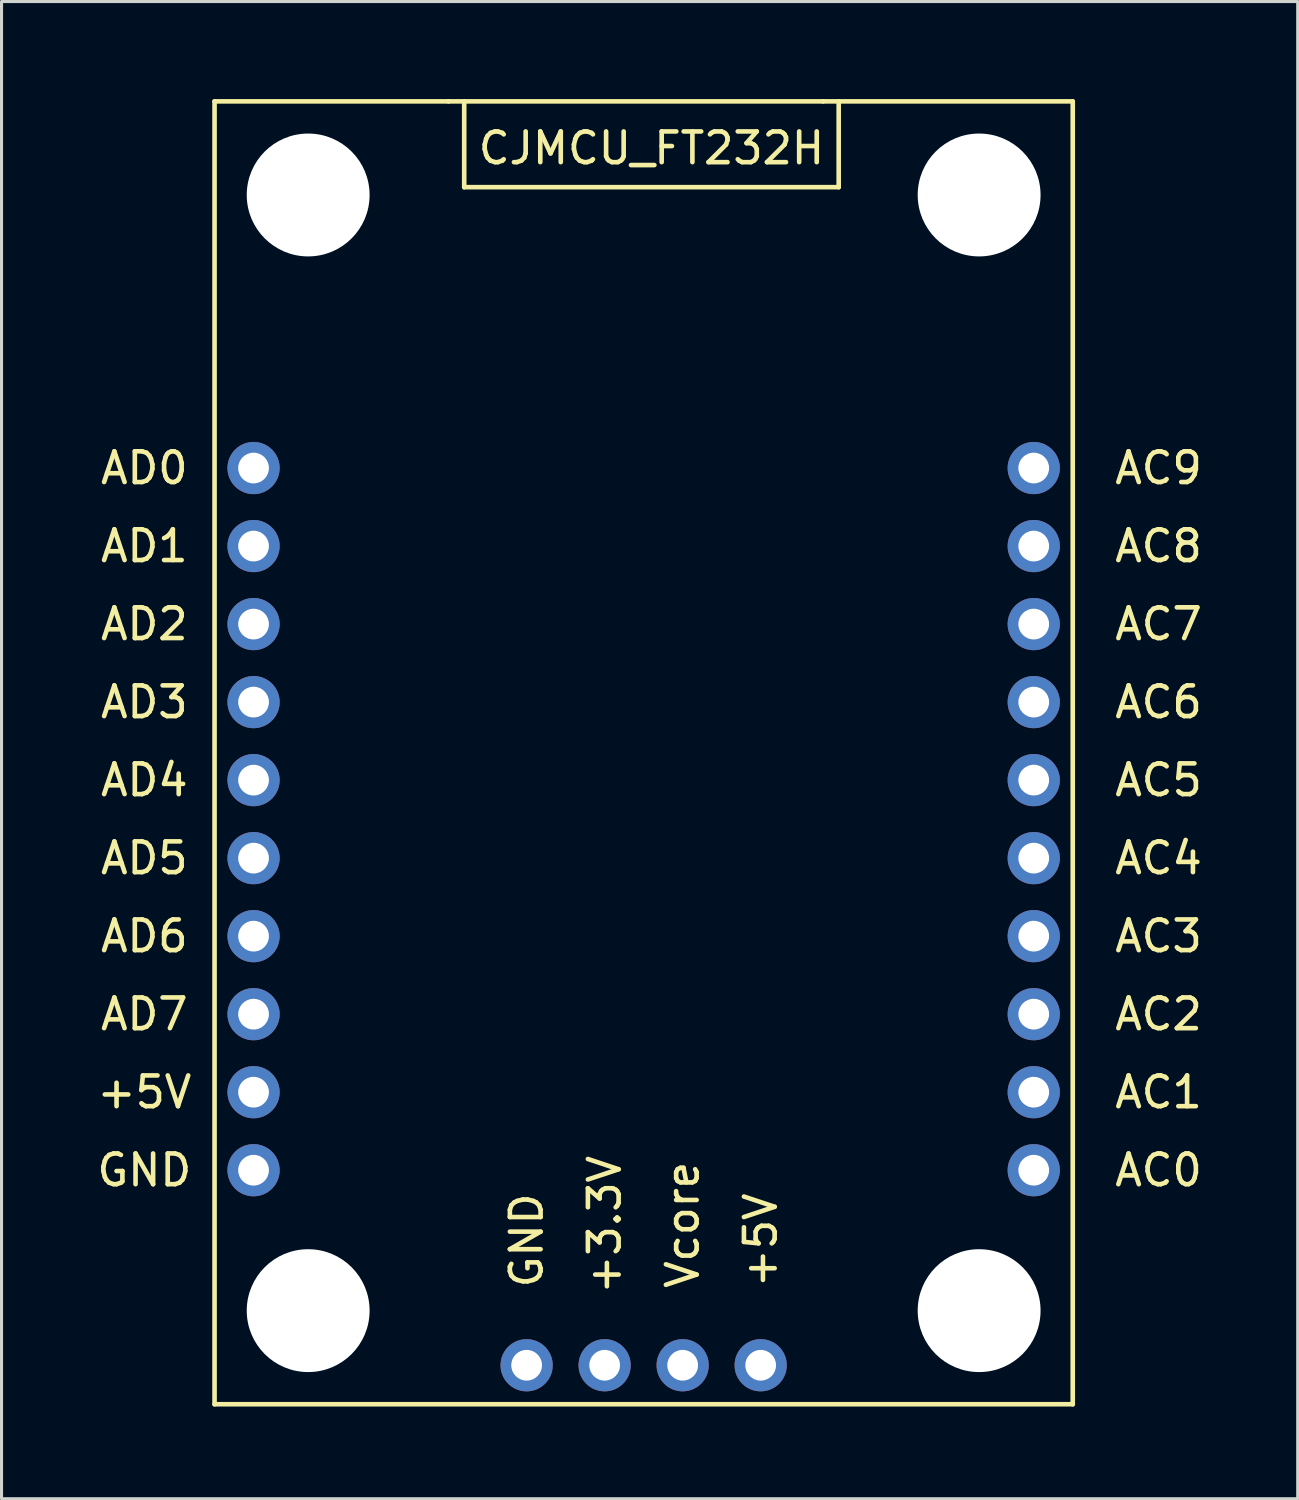
<source format=kicad_pcb>
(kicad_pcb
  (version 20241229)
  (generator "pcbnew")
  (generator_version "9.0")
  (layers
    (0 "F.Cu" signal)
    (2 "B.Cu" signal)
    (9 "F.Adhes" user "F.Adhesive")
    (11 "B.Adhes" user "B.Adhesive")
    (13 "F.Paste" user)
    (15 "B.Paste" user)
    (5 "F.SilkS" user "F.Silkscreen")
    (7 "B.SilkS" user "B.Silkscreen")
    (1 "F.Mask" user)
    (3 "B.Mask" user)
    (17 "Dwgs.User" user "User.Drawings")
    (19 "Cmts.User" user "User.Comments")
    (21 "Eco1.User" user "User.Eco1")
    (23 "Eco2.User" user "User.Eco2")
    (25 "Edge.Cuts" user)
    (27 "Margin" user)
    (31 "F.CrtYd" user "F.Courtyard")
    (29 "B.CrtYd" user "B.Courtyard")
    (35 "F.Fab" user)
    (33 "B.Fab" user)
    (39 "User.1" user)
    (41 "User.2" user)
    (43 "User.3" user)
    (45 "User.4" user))
  (footprint "CJMCU_FT232H"
    (layer "F.Cu")
    (at 3.935 0.25)
    (property "Reference" "CJMCU_FT232H" (at 14.224 1.524 0) (layer "F.SilkS") (effects (font (size 1 1) (thickness 0.15))))
    (attr through_hole)
    (fp_line (start 0 0) (end 0 42.418) (stroke (width 0.15) (type solid)) (layer "F.SilkS"))
    (fp_line (start 0 0) (end 7.62 0) (stroke (width 0.15) (type solid)) (layer "F.SilkS"))
    (fp_line (start 0 42.418) (end 27.94 42.418) (stroke (width 0.15) (type solid)) (layer "F.SilkS"))
    (fp_line (start 8.128 0) (end 8.128 2.794) (stroke (width 0.15) (type solid)) (layer "F.SilkS"))
    (fp_line (start 8.128 2.794) (end 20.32 2.794) (stroke (width 0.15) (type solid)) (layer "F.SilkS"))
    (fp_line (start 19.812 0) (end 7.62 0) (stroke (width 0.15) (type solid)) (layer "F.SilkS"))
    (fp_line (start 19.812 0) (end 27.94 0) (stroke (width 0.15) (type solid)) (layer "F.SilkS"))
    (fp_line (start 20.32 2.794) (end 20.32 0) (stroke (width 0.15) (type solid)) (layer "F.SilkS"))
    (fp_line (start 27.94 42.418) (end 27.94 0) (stroke (width 0.15) (type solid)) (layer "F.SilkS"))
    (fp_text user "AC4" (at 30.734 24.638 0) (layer "F.SilkS") (effects (font (size 1 1) (thickness 0.15))))
    (fp_text user "AC5" (at 30.734 22.098 0) (layer "F.SilkS") (effects (font (size 1 1) (thickness 0.15))))
    (fp_text user "AC7" (at 30.734 17.018 0) (layer "F.SilkS") (effects (font (size 1 1) (thickness 0.15))))
    (fp_text user "AD7" (at -2.286 29.718 0) (layer "F.SilkS") (effects (font (size 1 1) (thickness 0.15))))
    (fp_text user "AC8" (at 30.734 14.478 0) (layer "F.SilkS") (effects (font (size 1 1) (thickness 0.15))))
    (fp_text user "AC1" (at 30.734 32.258 0) (layer "F.SilkS") (effects (font (size 1 1) (thickness 0.15))))
    (fp_text user "AD4" (at -2.286 22.098 0) (layer "F.SilkS") (effects (font (size 1 1) (thickness 0.15))))
    (fp_text user "AD3" (at -2.286 19.558 0) (layer "F.SilkS") (effects (font (size 1 1) (thickness 0.15))))
    (fp_text user "AD5" (at -2.286 24.638 0) (layer "F.SilkS") (effects (font (size 1 1) (thickness 0.15))))
    (fp_text user "AC9" (at 30.734 11.938 0) (layer "F.SilkS") (effects (font (size 1 1) (thickness 0.15))))
    (fp_text user "GND" (at -2.286 34.798 0) (layer "F.SilkS") (effects (font (size 1 1) (thickness 0.15))))
    (fp_text user "+5V" (at 17.78 37.084 90) (layer "F.SilkS") (effects (font (size 1 1) (thickness 0.15))))
    (fp_text user "AC3" (at 30.734 27.178 0) (layer "F.SilkS") (effects (font (size 1 1) (thickness 0.15))))
    (fp_text user "AD0" (at -2.286 11.938 0) (layer "F.SilkS") (effects (font (size 1 1) (thickness 0.15))))
    (fp_text user "GND" (at 10.16 37.084 90) (layer "F.SilkS") (effects (font (size 1 1) (thickness 0.15))))
    (fp_text user "AD6" (at -2.286 27.178 0) (layer "F.SilkS") (effects (font (size 1 1) (thickness 0.15))))
    (fp_text user "AD1" (at -2.286 14.478 0) (layer "F.SilkS") (effects (font (size 1 1) (thickness 0.15))))
    (fp_text user "Vcore" (at 15.24 36.576 90) (layer "F.SilkS") (effects (font (size 1 1) (thickness 0.15))))
    (fp_text user "+3.3V" (at 12.7 36.576 90) (layer "F.SilkS") (effects (font (size 1 1) (thickness 0.15))))
    (fp_text user "AC6" (at 30.734 19.558 0) (layer "F.SilkS") (effects (font (size 1 1) (thickness 0.15))))
    (fp_text user "AC2" (at 30.734 29.718 0) (layer "F.SilkS") (effects (font (size 1 1) (thickness 0.15))))
    (fp_text user "+5V" (at -2.286 32.258 0) (layer "F.SilkS") (effects (font (size 1 1) (thickness 0.15))))
    (fp_text user "AC0" (at 30.734 34.798 0) (layer "F.SilkS") (effects (font (size 1 1) (thickness 0.15))))
    (fp_text user "AD2" (at -2.286 17.018 0) (layer "F.SilkS") (effects (font (size 1 1) (thickness 0.15))))
    (pad "" np_thru_hole circle (at 3.048 3.048) (size 4 4) (drill 4) (layers "*.Cu" "*.Mask"))
    (pad "" np_thru_hole circle (at 3.048 39.37) (size 4 4) (drill 4) (layers "*.Cu" "*.Mask"))
    (pad "" np_thru_hole circle (at 24.892 3.048) (size 4 4) (drill 4) (layers "*.Cu" "*.Mask"))
    (pad "" np_thru_hole circle (at 24.892 39.37) (size 4 4) (drill 4) (layers "*.Cu" "*.Mask"))
    (pad "+3.3V" thru_hole circle (at 12.7 41.148) (size 1.7 1.7) (drill 1) (layers "*.Cu" "*.Mask"))
    (pad "+5V1" thru_hole circle (at 1.27 32.258) (size 1.7 1.7) (drill 1) (layers "*.Cu" "*.Mask"))
    (pad "+5V2" thru_hole circle (at 17.78 41.148) (size 1.7 1.7) (drill 1) (layers "*.Cu" "*.Mask"))
    (pad "AC0" thru_hole circle (at 26.67 34.798) (size 1.7 1.7) (drill 1) (layers "*.Cu" "*.Mask"))
    (pad "AC1" thru_hole circle (at 26.67 32.258) (size 1.7 1.7) (drill 1) (layers "*.Cu" "*.Mask"))
    (pad "AC2" thru_hole circle (at 26.67 29.718) (size 1.7 1.7) (drill 1) (layers "*.Cu" "*.Mask"))
    (pad "AC3" thru_hole circle (at 26.67 27.178) (size 1.7 1.7) (drill 1) (layers "*.Cu" "*.Mask"))
    (pad "AC4" thru_hole circle (at 26.67 24.638) (size 1.7 1.7) (drill 1) (layers "*.Cu" "*.Mask"))
    (pad "AC5" thru_hole circle (at 26.67 22.098) (size 1.7 1.7) (drill 1) (layers "*.Cu" "*.Mask"))
    (pad "AC6" thru_hole circle (at 26.67 19.558) (size 1.7 1.7) (drill 1) (layers "*.Cu" "*.Mask"))
    (pad "AC7" thru_hole circle (at 26.67 17.018) (size 1.7 1.7) (drill 1) (layers "*.Cu" "*.Mask"))
    (pad "AC8" thru_hole circle (at 26.67 14.478) (size 1.7 1.7) (drill 1) (layers "*.Cu" "*.Mask"))
    (pad "AC9" thru_hole circle (at 26.67 11.938) (size 1.7 1.7) (drill 1) (layers "*.Cu" "*.Mask"))
    (pad "AD0" thru_hole circle (at 1.27 11.938) (size 1.7 1.7) (drill 1) (layers "*.Cu" "*.Mask"))
    (pad "AD1" thru_hole circle (at 1.27 14.478) (size 1.7 1.7) (drill 1) (layers "*.Cu" "*.Mask"))
    (pad "AD2" thru_hole circle (at 1.27 17.018) (size 1.7 1.7) (drill 1) (layers "*.Cu" "*.Mask"))
    (pad "AD3" thru_hole circle (at 1.27 19.558) (size 1.7 1.7) (drill 1) (layers "*.Cu" "*.Mask"))
    (pad "AD4" thru_hole circle (at 1.27 22.098) (size 1.7 1.7) (drill 1) (layers "*.Cu" "*.Mask"))
    (pad "AD5" thru_hole circle (at 1.27 24.638) (size 1.7 1.7) (drill 1) (layers "*.Cu" "*.Mask"))
    (pad "AD6" thru_hole circle (at 1.27 27.178) (size 1.7 1.7) (drill 1) (layers "*.Cu" "*.Mask"))
    (pad "AD7" thru_hole circle (at 1.27 29.718) (size 1.7 1.7) (drill 1) (layers "*.Cu" "*.Mask"))
    (pad "GND1" thru_hole circle (at 1.27 34.798) (size 1.7 1.7) (drill 1) (layers "*.Cu" "*.Mask"))
    (pad "GND2" thru_hole circle (at 10.16 41.148) (size 1.7 1.7) (drill 1) (layers "*.Cu" "*.Mask"))
    (pad "Vcore" thru_hole circle (at 15.24 41.148) (size 1.7 1.7) (drill 1) (layers "*.Cu" "*.Mask")))
  (gr_rect
    (start -3 -3)
    (end 39.199 45.743)
    (stroke (width 0.1) (type default))
    (fill no)
    (layer "Edge.Cuts")))
</source>
